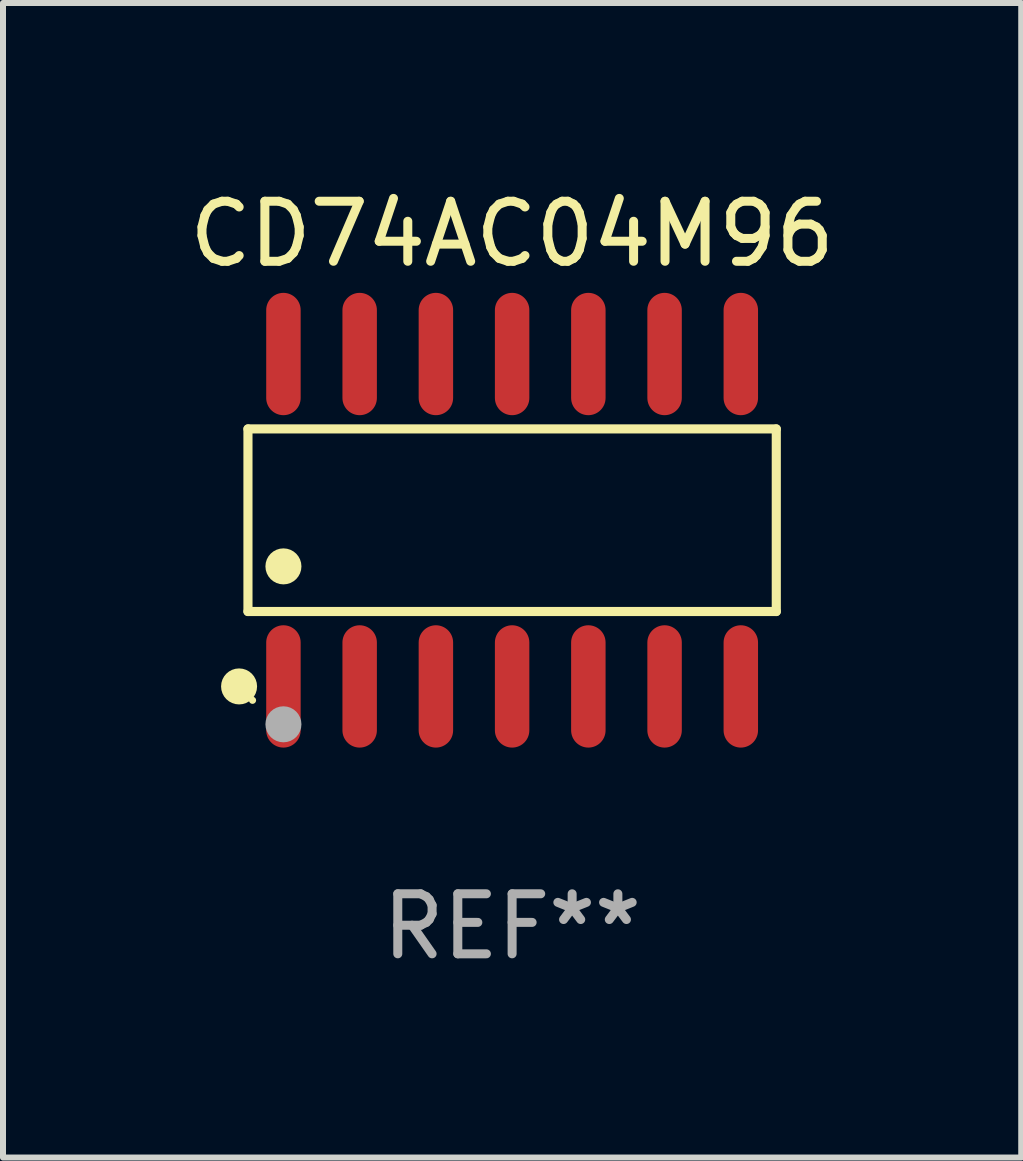
<source format=kicad_pcb>
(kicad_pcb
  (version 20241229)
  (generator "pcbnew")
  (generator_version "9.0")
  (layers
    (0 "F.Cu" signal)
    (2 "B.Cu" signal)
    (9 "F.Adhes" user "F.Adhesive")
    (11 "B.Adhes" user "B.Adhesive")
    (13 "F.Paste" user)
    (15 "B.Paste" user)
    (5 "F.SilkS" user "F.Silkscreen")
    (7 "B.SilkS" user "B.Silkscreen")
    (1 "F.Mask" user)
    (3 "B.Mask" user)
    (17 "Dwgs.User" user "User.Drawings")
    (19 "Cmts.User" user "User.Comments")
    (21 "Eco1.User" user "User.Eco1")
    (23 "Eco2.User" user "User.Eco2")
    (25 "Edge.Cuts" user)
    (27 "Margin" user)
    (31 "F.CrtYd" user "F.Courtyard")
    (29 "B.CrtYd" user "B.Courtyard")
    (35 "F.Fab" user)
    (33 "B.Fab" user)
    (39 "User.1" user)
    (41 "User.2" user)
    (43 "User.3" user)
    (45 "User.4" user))
  (footprint "CD74AC04M96"
    (layer "F.Cu")
    (at 5.482 5.617)
    (property "Reference" "CD74AC04M96" (at 0 -4.769 0) (layer "F.SilkS") (effects (font (size 1 1) (thickness 0.15))))
    (attr through_hole)
    (fp_line (start -4.401 -1.521) (end 4.401 -1.521) (stroke (width 0.152) (type solid)) (layer "F.SilkS"))
    (fp_line (start -4.401 1.521) (end -4.401 -1.521) (stroke (width 0.152) (type solid)) (layer "F.SilkS"))
    (fp_line (start 4.401 -1.521) (end 4.401 1.521) (stroke (width 0.152) (type solid)) (layer "F.SilkS"))
    (fp_line (start 4.401 1.521) (end -4.401 1.521) (stroke (width 0.152) (type solid)) (layer "F.SilkS"))
    (fp_circle (center -4.549 2.769) (end -4.399 2.769) (stroke (width 0.3) (type solid)) (fill no) (layer "F.SilkS"))
    (fp_circle (center -4.325 3) (end -4.295 3) (stroke (width 0.06) (type solid)) (fill no) (layer "F.SilkS"))
    (fp_circle (center -3.81 0.769) (end -3.66 0.769) (stroke (width 0.3) (type solid)) (fill no) (layer "F.SilkS"))
    (fp_circle (center -3.81 3.4) (end -3.66 3.4) (stroke (width 0.3) (type solid)) (fill no) (layer "F.Fab"))
    (fp_text user "REF**" (at 0 6.769 0) (layer "F.Fab") (effects (font (size 1 1) (thickness 0.15))))
    (pad "1" smd oval (at -3.81 2.769) (size 0.574 2.038) (layers "F.Cu" "F.Mask" "F.Paste"))
    (pad "2" smd oval (at -2.54 2.769) (size 0.574 2.038) (layers "F.Cu" "F.Mask" "F.Paste"))
    (pad "3" smd oval (at -1.27 2.769) (size 0.574 2.038) (layers "F.Cu" "F.Mask" "F.Paste"))
    (pad "4" smd oval (at 0 2.769) (size 0.574 2.038) (layers "F.Cu" "F.Mask" "F.Paste"))
    (pad "5" smd oval (at 1.27 2.769) (size 0.574 2.038) (layers "F.Cu" "F.Mask" "F.Paste"))
    (pad "6" smd oval (at 2.54 2.769) (size 0.574 2.038) (layers "F.Cu" "F.Mask" "F.Paste"))
    (pad "7" smd oval (at 3.81 2.769) (size 0.574 2.038) (layers "F.Cu" "F.Mask" "F.Paste"))
    (pad "8" smd oval (at 3.81 -2.769) (size 0.574 2.038) (layers "F.Cu" "F.Mask" "F.Paste"))
    (pad "9" smd oval (at 2.54 -2.769) (size 0.574 2.038) (layers "F.Cu" "F.Mask" "F.Paste"))
    (pad "10" smd oval (at 1.27 -2.769) (size 0.574 2.038) (layers "F.Cu" "F.Mask" "F.Paste"))
    (pad "11" smd oval (at 0 -2.769) (size 0.574 2.038) (layers "F.Cu" "F.Mask" "F.Paste"))
    (pad "12" smd oval (at -1.27 -2.769) (size 0.574 2.038) (layers "F.Cu" "F.Mask" "F.Paste"))
    (pad "13" smd oval (at -2.54 -2.769) (size 0.574 2.038) (layers "F.Cu" "F.Mask" "F.Paste"))
    (pad "14" smd oval (at -3.81 -2.769) (size 0.574 2.038) (layers "F.Cu" "F.Mask" "F.Paste")))
  (gr_rect
    (start -3 -3)
    (end 13.964 16.235)
    (stroke (width 0.1) (type default))
    (fill no)
    (layer "Edge.Cuts")))
</source>
